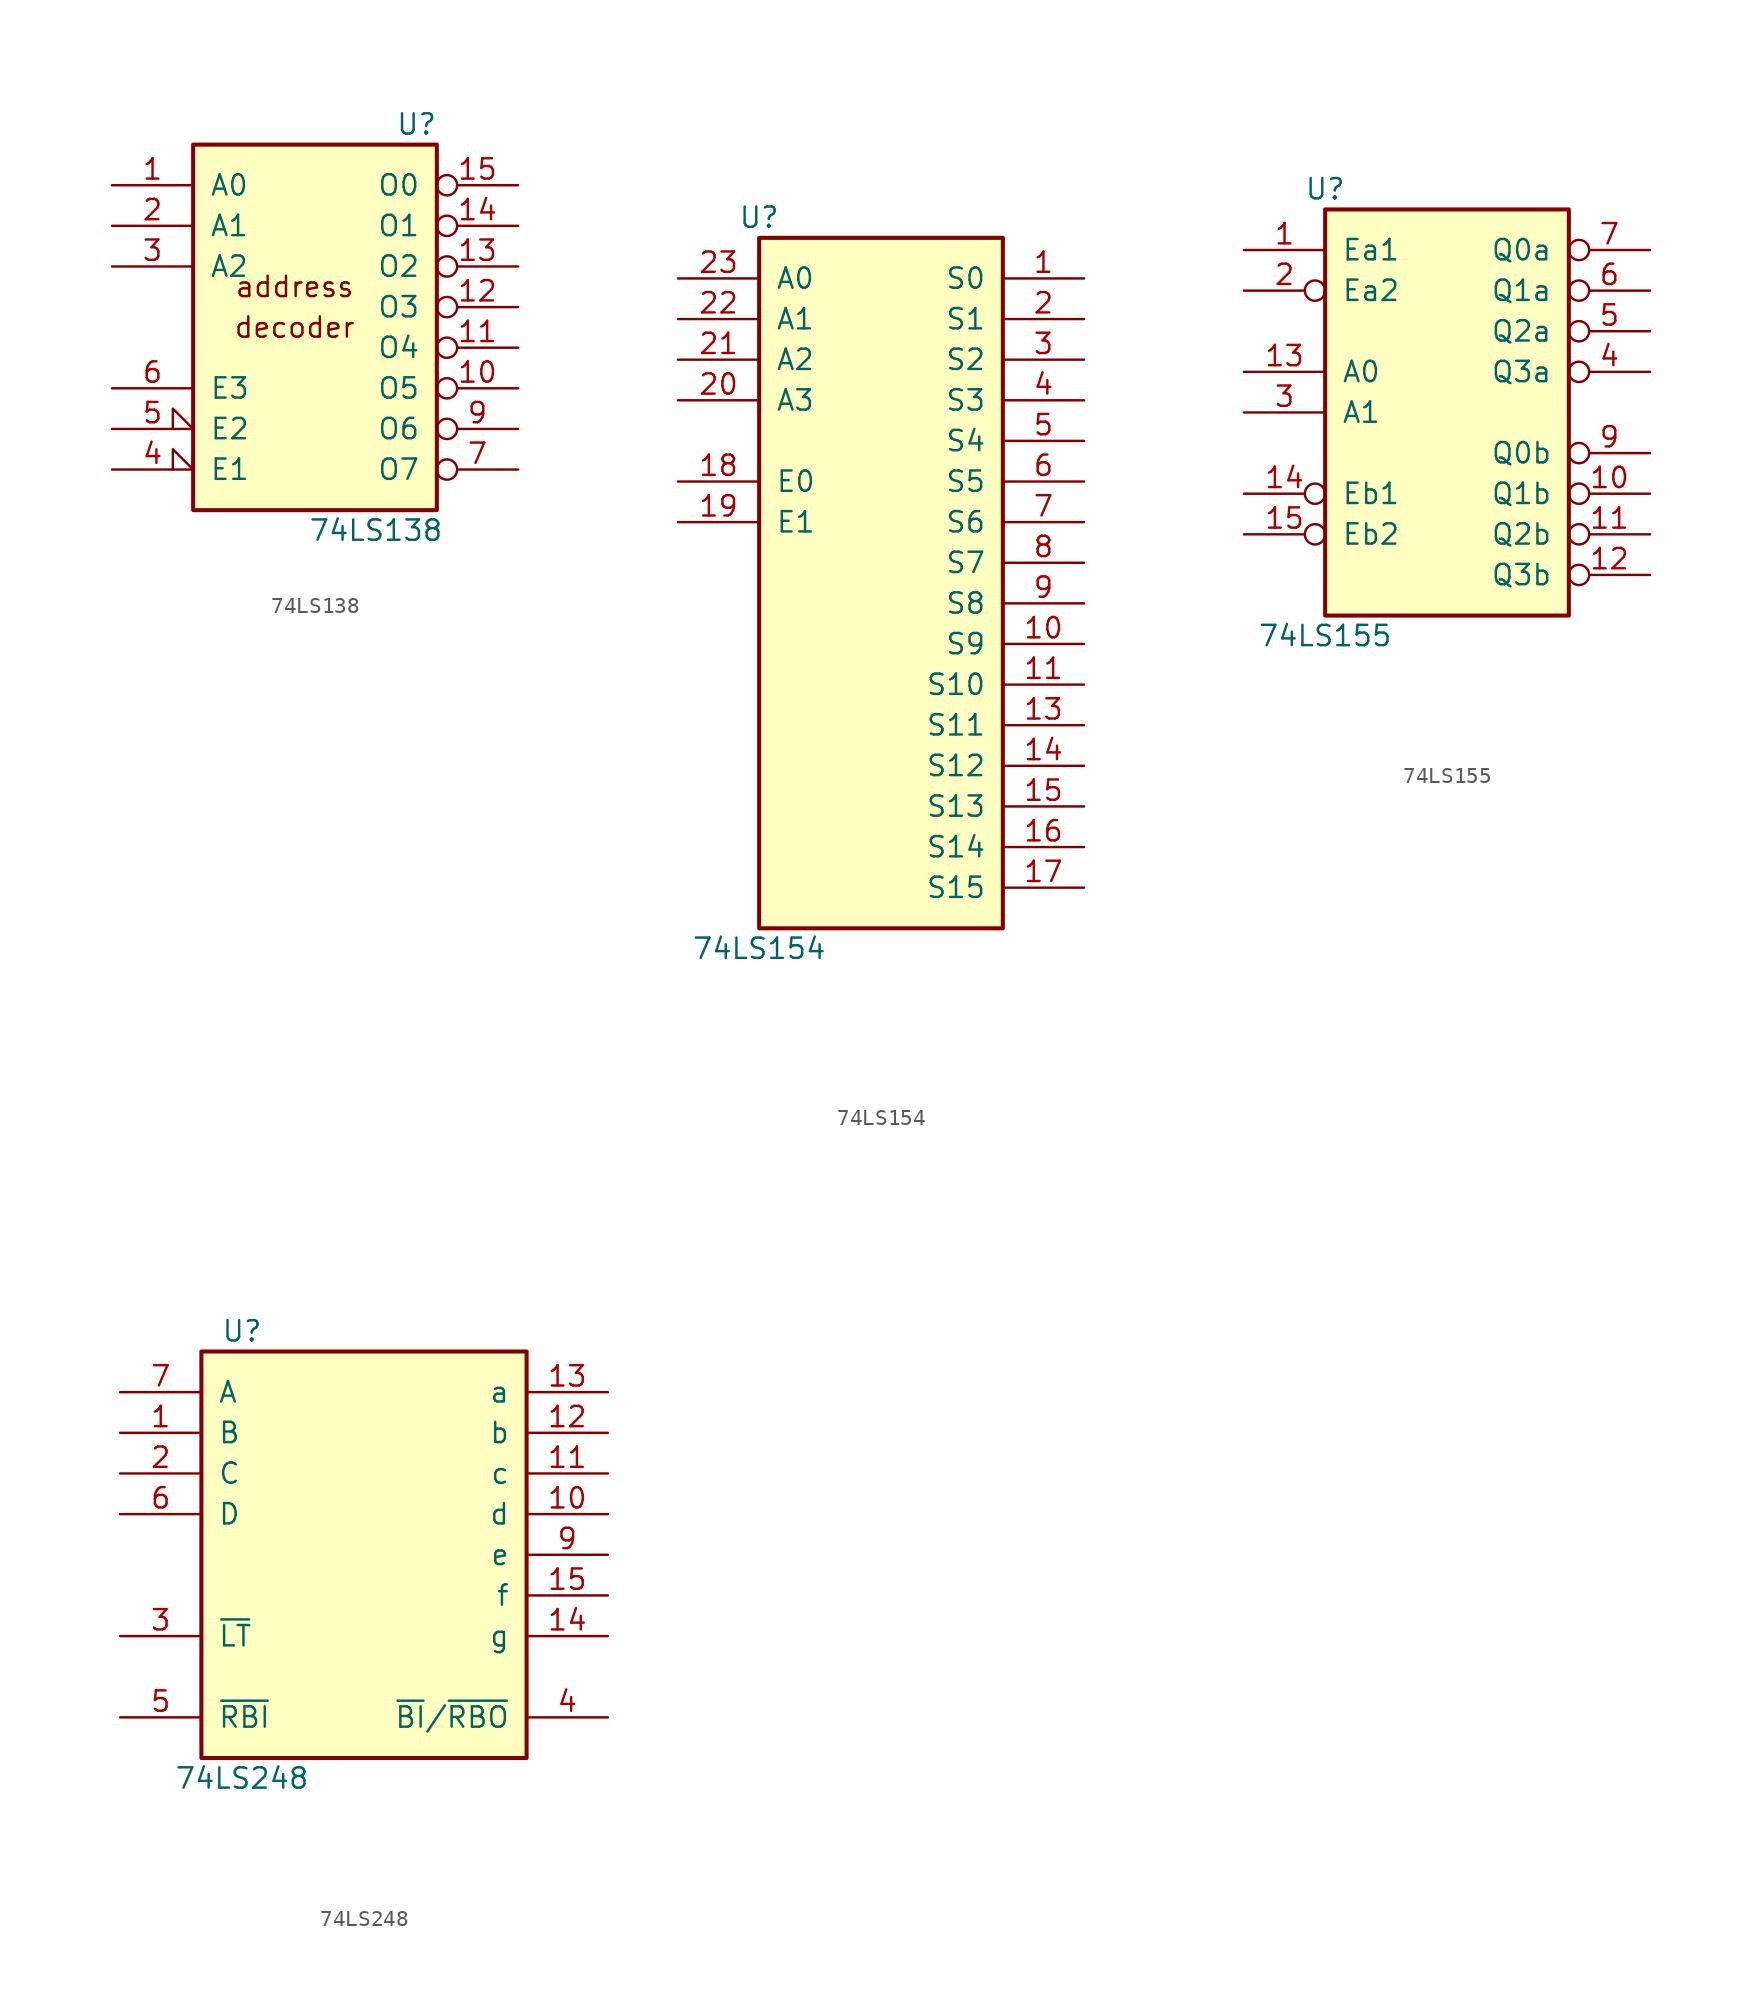
<source format=kicad_sym>
(kicad_symbol_lib
  (version 20211014)
  (generator kicad_symbol_editor)
  (symbol "74LS138"
    (pin_names
      (offset 1.016))
    (property "Reference" "U"
      (at 6.35 11.43 0)
      (effects (font (size 1.27 1.27))))
    (property "Value" "74LS138"
      (at 3.81 -13.97 0)
      (effects (font (size 1.27 1.27))))
    (property "ki_locked" ""
      (at 0 0 0)
      (effects (font (size 1.27 1.27))))
    (symbol "74LS138_0_0"
      (text "address" (at -1.27 1.27 0) (effects (font (size 1.27 1.27))))
      (text "decoder" (at -1.27 -1.27 0) (effects (font (size 1.27 1.27)))))
    (symbol "74LS138_1_0"
      (pin input line (at -12.7 7.62 0) (length 5.08) (name "A0" (effects (font (size 1.27 1.27)))) (number "1" (effects (font (size 1.27 1.27)))))
      (pin output inverted (at 12.7 -5.08 180) (length 5.08) (name "O5" (effects (font (size 1.27 1.27)))) (number "10" (effects (font (size 1.27 1.27)))))
      (pin output inverted (at 12.7 -2.54 180) (length 5.08) (name "O4" (effects (font (size 1.27 1.27)))) (number "11" (effects (font (size 1.27 1.27)))))
      (pin output inverted (at 12.7 0 180) (length 5.08) (name "O3" (effects (font (size 1.27 1.27)))) (number "12" (effects (font (size 1.27 1.27)))))
      (pin output inverted (at 12.7 2.54 180) (length 5.08) (name "O2" (effects (font (size 1.27 1.27)))) (number "13" (effects (font (size 1.27 1.27)))))
      (pin output inverted (at 12.7 5.08 180) (length 5.08) (name "O1" (effects (font (size 1.27 1.27)))) (number "14" (effects (font (size 1.27 1.27)))))
      (pin output inverted (at 12.7 7.62 180) (length 5.08) (name "O0" (effects (font (size 1.27 1.27)))) (number "15" (effects (font (size 1.27 1.27)))))
      (pin input line (at -12.7 5.08 0) (length 5.08) (name "A1" (effects (font (size 1.27 1.27)))) (number "2" (effects (font (size 1.27 1.27)))))
      (pin input line (at -12.7 2.54 0) (length 5.08) (name "A2" (effects (font (size 1.27 1.27)))) (number "3" (effects (font (size 1.27 1.27)))))
      (pin input input_low (at -12.7 -10.16 0) (length 5.08) (name "E1" (effects (font (size 1.27 1.27)))) (number "4" (effects (font (size 1.27 1.27)))))
      (pin input input_low (at -12.7 -7.62 0) (length 5.08) (name "E2" (effects (font (size 1.27 1.27)))) (number "5" (effects (font (size 1.27 1.27)))))
      (pin input line (at -12.7 -5.08 0) (length 5.08) (name "E3" (effects (font (size 1.27 1.27)))) (number "6" (effects (font (size 1.27 1.27)))))
      (pin output inverted (at 12.7 -10.16 180) (length 5.08) (name "O7" (effects (font (size 1.27 1.27)))) (number "7" (effects (font (size 1.27 1.27)))))
      (pin output inverted (at 12.7 -7.62 180) (length 5.08) (name "O6" (effects (font (size 1.27 1.27)))) (number "9" (effects (font (size 1.27 1.27))))))
    (symbol "74LS138_1_1"
      (rectangle (start -7.62 10.16) (end 7.62 -12.7) (stroke (width 0.254) (type default) (color 0 0 0 0)) (fill (type background)))))
  (symbol "74LS154"
    (pin_names
      (offset 1.016))
    (property "Reference" "U"
      (at -7.62 21.59 0)
      (effects (font (size 1.27 1.27))))
    (property "Value" "74LS154"
      (at -7.62 -24.13 0)
      (effects (font (size 1.27 1.27))))
    (property "ki_locked" ""
      (at 0 0 0)
      (effects (font (size 1.27 1.27))))
    (symbol "74LS154_1_0"
      (pin output line (at 12.7 17.78 180) (length 5.08) (name "S0" (effects (font (size 1.27 1.27)))) (number "1" (effects (font (size 1.27 1.27)))))
      (pin output line (at 12.7 -5.08 180) (length 5.08) (name "S9" (effects (font (size 1.27 1.27)))) (number "10" (effects (font (size 1.27 1.27)))))
      (pin output line (at 12.7 -7.62 180) (length 5.08) (name "S10" (effects (font (size 1.27 1.27)))) (number "11" (effects (font (size 1.27 1.27)))))
      (pin input line (at 0 -27.94 90) (length 5.08) hide (name "GND" (effects (font (size 1.27 1.27)))) (number "12" (effects (font (size 1.27 1.27)))))
      (pin output line (at 12.7 -10.16 180) (length 5.08) (name "S11" (effects (font (size 1.27 1.27)))) (number "13" (effects (font (size 1.27 1.27)))))
      (pin output line (at 12.7 -12.7 180) (length 5.08) (name "S12" (effects (font (size 1.27 1.27)))) (number "14" (effects (font (size 1.27 1.27)))))
      (pin output line (at 12.7 -15.24 180) (length 5.08) (name "S13" (effects (font (size 1.27 1.27)))) (number "15" (effects (font (size 1.27 1.27)))))
      (pin output line (at 12.7 -17.78 180) (length 5.08) (name "S14" (effects (font (size 1.27 1.27)))) (number "16" (effects (font (size 1.27 1.27)))))
      (pin output line (at 12.7 -20.32 180) (length 5.08) (name "S15" (effects (font (size 1.27 1.27)))) (number "17" (effects (font (size 1.27 1.27)))))
      (pin input line (at -12.7 5.08 0) (length 5.08) (name "E0" (effects (font (size 1.27 1.27)))) (number "18" (effects (font (size 1.27 1.27)))))
      (pin input line (at -12.7 2.54 0) (length 5.08) (name "E1" (effects (font (size 1.27 1.27)))) (number "19" (effects (font (size 1.27 1.27)))))
      (pin output line (at 12.7 15.24 180) (length 5.08) (name "S1" (effects (font (size 1.27 1.27)))) (number "2" (effects (font (size 1.27 1.27)))))
      (pin input line (at -12.7 10.16 0) (length 5.08) (name "A3" (effects (font (size 1.27 1.27)))) (number "20" (effects (font (size 1.27 1.27)))))
      (pin input line (at -12.7 12.7 0) (length 5.08) (name "A2" (effects (font (size 1.27 1.27)))) (number "21" (effects (font (size 1.27 1.27)))))
      (pin input line (at -12.7 15.24 0) (length 5.08) (name "A1" (effects (font (size 1.27 1.27)))) (number "22" (effects (font (size 1.27 1.27)))))
      (pin input line (at -12.7 17.78 0) (length 5.08) (name "A0" (effects (font (size 1.27 1.27)))) (number "23" (effects (font (size 1.27 1.27)))))
      (pin input line (at 0 25.4 270) (length 5.08) hide (name "VCC" (effects (font (size 1.27 1.27)))) (number "24" (effects (font (size 1.27 1.27)))))
      (pin output line (at 12.7 12.7 180) (length 5.08) (name "S2" (effects (font (size 1.27 1.27)))) (number "3" (effects (font (size 1.27 1.27)))))
      (pin output line (at 12.7 10.16 180) (length 5.08) (name "S3" (effects (font (size 1.27 1.27)))) (number "4" (effects (font (size 1.27 1.27)))))
      (pin output line (at 12.7 7.62 180) (length 5.08) (name "S4" (effects (font (size 1.27 1.27)))) (number "5" (effects (font (size 1.27 1.27)))))
      (pin output line (at 12.7 5.08 180) (length 5.08) (name "S5" (effects (font (size 1.27 1.27)))) (number "6" (effects (font (size 1.27 1.27)))))
      (pin output line (at 12.7 2.54 180) (length 5.08) (name "S6" (effects (font (size 1.27 1.27)))) (number "7" (effects (font (size 1.27 1.27)))))
      (pin output line (at 12.7 0 180) (length 5.08) (name "S7" (effects (font (size 1.27 1.27)))) (number "8" (effects (font (size 1.27 1.27)))))
      (pin output line (at 12.7 -2.54 180) (length 5.08) (name "S8" (effects (font (size 1.27 1.27)))) (number "9" (effects (font (size 1.27 1.27))))))
    (symbol "74LS154_1_1"
      (rectangle (start -7.62 20.32) (end 7.62 -22.86) (stroke (width 0.254) (type default) (color 0 0 0 0)) (fill (type background)))))
  (symbol "74LS155"
    (pin_names
      (offset 1.016))
    (property "Reference" "U"
      (at -7.62 13.97 0)
      (effects (font (size 1.27 1.27))))
    (property "Value" "74LS155"
      (at -7.62 -13.97 0)
      (effects (font (size 1.27 1.27))))
    (property "ki_locked" ""
      (at 0 0 0)
      (effects (font (size 1.27 1.27))))
    (symbol "74LS155_1_0"
      (pin input line (at -12.7 10.16 0) (length 5.08) (name "Ea1" (effects (font (size 1.27 1.27)))) (number "1" (effects (font (size 1.27 1.27)))))
      (pin output inverted (at 12.7 -5.08 180) (length 5.08) (name "Q1b" (effects (font (size 1.27 1.27)))) (number "10" (effects (font (size 1.27 1.27)))))
      (pin output inverted (at 12.7 -7.62 180) (length 5.08) (name "Q2b" (effects (font (size 1.27 1.27)))) (number "11" (effects (font (size 1.27 1.27)))))
      (pin output inverted (at 12.7 -10.16 180) (length 5.08) (name "Q3b" (effects (font (size 1.27 1.27)))) (number "12" (effects (font (size 1.27 1.27)))))
      (pin input line (at -12.7 2.54 0) (length 5.08) (name "A0" (effects (font (size 1.27 1.27)))) (number "13" (effects (font (size 1.27 1.27)))))
      (pin input inverted (at -12.7 -5.08 0) (length 5.08) (name "Eb1" (effects (font (size 1.27 1.27)))) (number "14" (effects (font (size 1.27 1.27)))))
      (pin input inverted (at -12.7 -7.62 0) (length 5.08) (name "Eb2" (effects (font (size 1.27 1.27)))) (number "15" (effects (font (size 1.27 1.27)))))
      (pin input line (at 0 17.78 270) (length 5.08) hide (name "VCC" (effects (font (size 1.27 1.27)))) (number "16" (effects (font (size 1.27 1.27)))))
      (pin input inverted (at -12.7 7.62 0) (length 5.08) (name "Ea2" (effects (font (size 1.27 1.27)))) (number "2" (effects (font (size 1.27 1.27)))))
      (pin input line (at -12.7 0 0) (length 5.08) (name "A1" (effects (font (size 1.27 1.27)))) (number "3" (effects (font (size 1.27 1.27)))))
      (pin output inverted (at 12.7 2.54 180) (length 5.08) (name "Q3a" (effects (font (size 1.27 1.27)))) (number "4" (effects (font (size 1.27 1.27)))))
      (pin output inverted (at 12.7 5.08 180) (length 5.08) (name "Q2a" (effects (font (size 1.27 1.27)))) (number "5" (effects (font (size 1.27 1.27)))))
      (pin output inverted (at 12.7 7.62 180) (length 5.08) (name "Q1a" (effects (font (size 1.27 1.27)))) (number "6" (effects (font (size 1.27 1.27)))))
      (pin output inverted (at 12.7 10.16 180) (length 5.08) (name "Q0a" (effects (font (size 1.27 1.27)))) (number "7" (effects (font (size 1.27 1.27)))))
      (pin input line (at 0 -17.78 90) (length 5.08) hide (name "GND" (effects (font (size 1.27 1.27)))) (number "8" (effects (font (size 1.27 1.27)))))
      (pin output inverted (at 12.7 -2.54 180) (length 5.08) (name "Q0b" (effects (font (size 1.27 1.27)))) (number "9" (effects (font (size 1.27 1.27))))))
    (symbol "74LS155_1_1"
      (rectangle (start -7.62 12.7) (end 7.62 -12.7) (stroke (width 0.254) (type default) (color 0 0 0 0)) (fill (type background)))))
  (symbol "74LS248"
    (pin_names
      (offset 1.016))
    (property "Reference" "U"
      (at -7.62 13.97 0)
      (effects (font (size 1.27 1.27))))
    (property "Value" "74LS248"
      (at -7.62 -13.97 0)
      (effects (font (size 1.27 1.27))))
    (property "ki_locked" ""
      (at 0 0 0)
      (effects (font (size 1.27 1.27))))
    (symbol "74LS248_1_0"
      (pin input line (at -15.24 7.62 0) (length 5.08) (name "B" (effects (font (size 1.27 1.27)))) (number "1" (effects (font (size 1.27 1.27)))))
      (pin open_collector line (at 15.24 2.54 180) (length 5.08) (name "d" (effects (font (size 1.27 1.27)))) (number "10" (effects (font (size 1.27 1.27)))))
      (pin open_collector line (at 15.24 5.08 180) (length 5.08) (name "c" (effects (font (size 1.27 1.27)))) (number "11" (effects (font (size 1.27 1.27)))))
      (pin open_collector line (at 15.24 7.62 180) (length 5.08) (name "b" (effects (font (size 1.27 1.27)))) (number "12" (effects (font (size 1.27 1.27)))))
      (pin open_collector line (at 15.24 10.16 180) (length 5.08) (name "a" (effects (font (size 1.27 1.27)))) (number "13" (effects (font (size 1.27 1.27)))))
      (pin open_collector line (at 15.24 -5.08 180) (length 5.08) (name "g" (effects (font (size 1.27 1.27)))) (number "14" (effects (font (size 1.27 1.27)))))
      (pin open_collector line (at 15.24 -2.54 180) (length 5.08) (name "f" (effects (font (size 1.27 1.27)))) (number "15" (effects (font (size 1.27 1.27)))))
      (pin input line (at 0 17.78 270) (length 5.08) hide (name "VCC" (effects (font (size 1.27 1.27)))) (number "16" (effects (font (size 1.27 1.27)))))
      (pin input line (at -15.24 5.08 0) (length 5.08) (name "C" (effects (font (size 1.27 1.27)))) (number "2" (effects (font (size 1.27 1.27)))))
      (pin input line (at -15.24 -5.08 0) (length 5.08) (name "~{LT}" (effects (font (size 1.27 1.27)))) (number "3" (effects (font (size 1.27 1.27)))))
      (pin open_collector line (at 15.24 -10.16 180) (length 5.08) (name "~{BI}/~{RBO}" (effects (font (size 1.27 1.27)))) (number "4" (effects (font (size 1.27 1.27)))))
      (pin input line (at -15.24 -10.16 0) (length 5.08) (name "~{RBI}" (effects (font (size 1.27 1.27)))) (number "5" (effects (font (size 1.27 1.27)))))
      (pin input line (at -15.24 2.54 0) (length 5.08) (name "D" (effects (font (size 1.27 1.27)))) (number "6" (effects (font (size 1.27 1.27)))))
      (pin input line (at -15.24 10.16 0) (length 5.08) (name "A" (effects (font (size 1.27 1.27)))) (number "7" (effects (font (size 1.27 1.27)))))
      (pin input line (at 0 -17.78 90) (length 5.08) hide (name "GND" (effects (font (size 1.27 1.27)))) (number "8" (effects (font (size 1.27 1.27)))))
      (pin open_collector line (at 15.24 0 180) (length 5.08) (name "e" (effects (font (size 1.27 1.27)))) (number "9" (effects (font (size 1.27 1.27))))))
    (symbol "74LS248_1_1"
      (rectangle (start -10.16 12.7) (end 10.16 -12.7) (stroke (width 0.254) (type default) (color 0 0 0 0)) (fill (type background))))))
</source>
